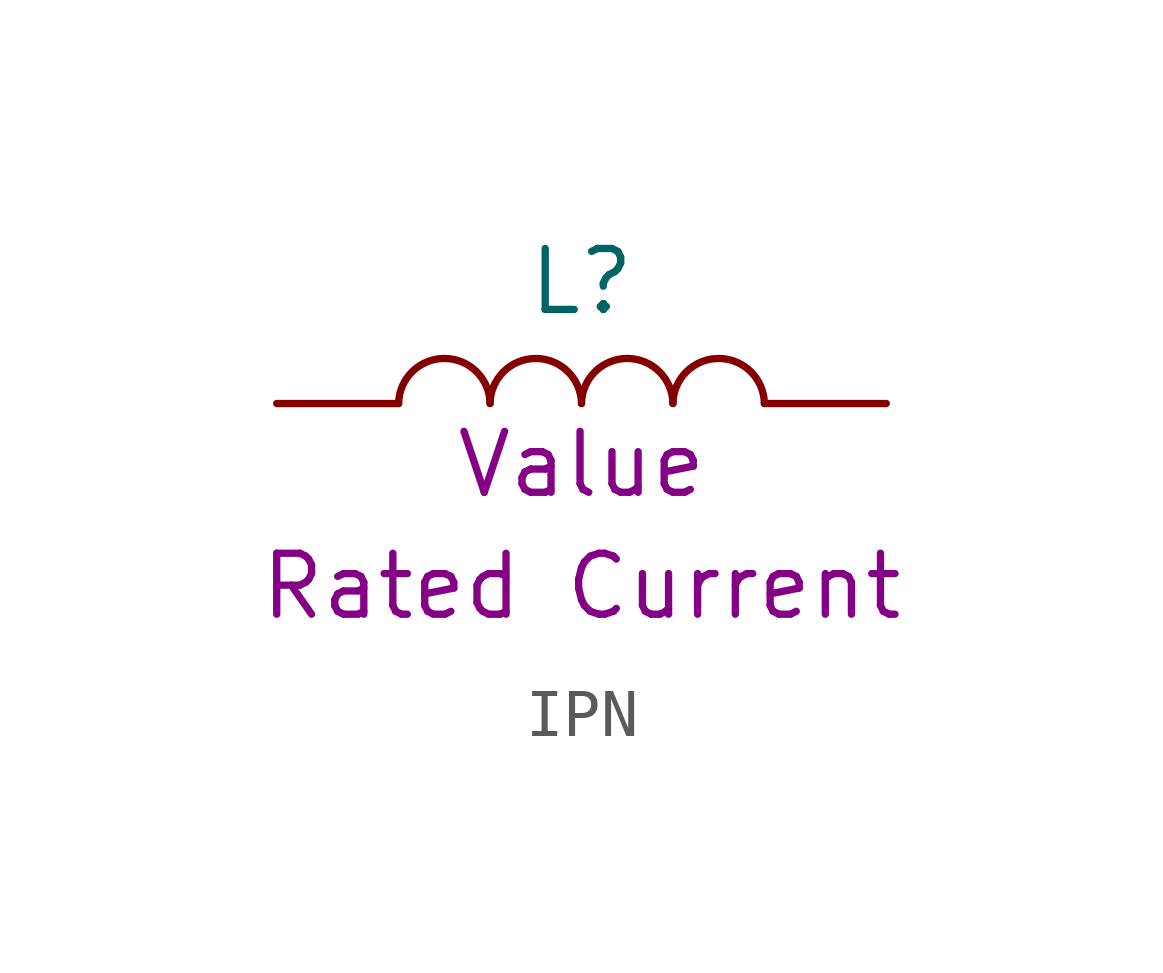
<source format=kicad_sym>
(kicad_symbol_lib
  (version 20211014)
  (generator kicad_symbol_editor)
  (symbol "IPN"
    (pin_numbers hide)
    (pin_names
      (offset 0) hide)
    (property "Reference" "L"
      (at 0 2.54 0)
      (effects (font (size 1.27 1.27))))
    (property "Inductance (Henry)" "Value"
      (at 0 -1.27 0)
      (effects (font (size 1.27 1.27))))
    (property "Current Rating (Ampere)" "Rated Current"
      (at 0 -3.81 0)
      (effects (font (size 1.27 1.27))))
    (symbol "IPN_0_1"
      (arc (start -1.905 0) (mid -2.8448 0.9398) (end -3.81 0) (stroke (width 0) (type default) (color 0 0 0 0)) (fill (type none)))
      (arc (start 0 0) (mid -0.9398 0.9398) (end -1.905 0) (stroke (width 0) (type default) (color 0 0 0 0)) (fill (type none)))
      (arc (start 1.905 0) (mid 0.9652 0.9398) (end 0 0) (stroke (width 0) (type default) (color 0 0 0 0)) (fill (type none)))
      (arc (start 3.81 0) (mid 2.8702 0.9398) (end 1.905 0) (stroke (width 0) (type default) (color 0 0 0 0)) (fill (type none))))
    (symbol "IPN_1_1"
      (pin passive line (at -6.35 0 0) (length 2.54) (name "1" (effects (font (size 1.27 1.27)))) (number "1" (effects (font (size 1.27 1.27)))))
      (pin passive line (at 6.35 0 180) (length 2.54) (name "2" (effects (font (size 1.27 1.27)))) (number "2" (effects (font (size 1.27 1.27))))))))
</source>
